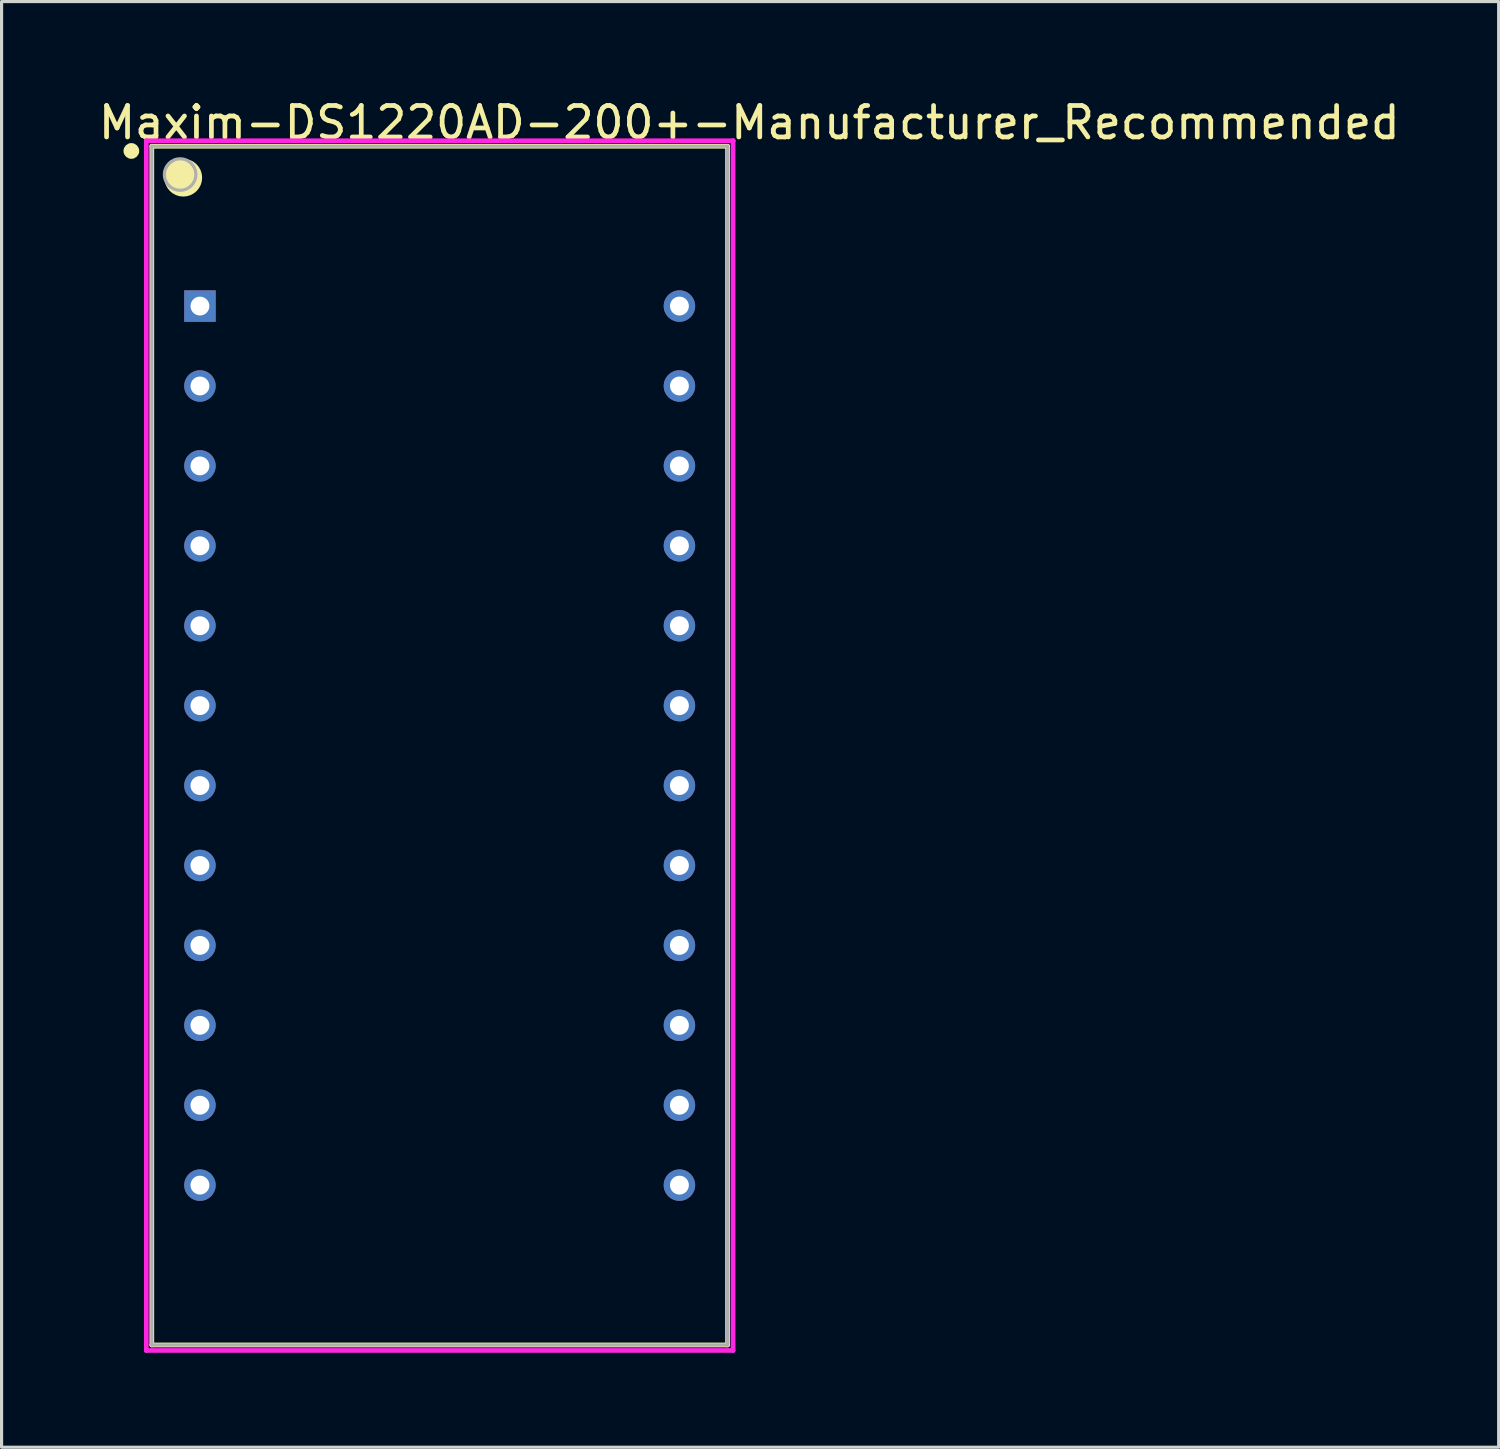
<source format=kicad_pcb>
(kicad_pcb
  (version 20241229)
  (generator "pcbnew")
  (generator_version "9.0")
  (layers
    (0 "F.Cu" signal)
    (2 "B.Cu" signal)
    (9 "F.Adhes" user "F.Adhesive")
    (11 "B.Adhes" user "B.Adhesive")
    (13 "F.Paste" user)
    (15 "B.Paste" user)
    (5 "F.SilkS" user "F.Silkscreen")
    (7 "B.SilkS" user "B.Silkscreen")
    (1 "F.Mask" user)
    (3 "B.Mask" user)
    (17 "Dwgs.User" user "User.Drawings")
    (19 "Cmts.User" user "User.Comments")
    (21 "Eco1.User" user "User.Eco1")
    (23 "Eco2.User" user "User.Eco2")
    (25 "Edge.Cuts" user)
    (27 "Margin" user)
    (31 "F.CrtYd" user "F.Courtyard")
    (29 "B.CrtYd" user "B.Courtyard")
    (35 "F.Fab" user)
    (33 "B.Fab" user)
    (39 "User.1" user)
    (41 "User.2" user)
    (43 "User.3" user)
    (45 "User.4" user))
  (footprint "Maxim-DS1220AD-200+-Manufacturer_Recommended"
    (layer "F.Cu")
    (at 10.925 20.648)
    (property "Reference" "Maxim-DS1220AD-200+-Manufacturer_Recommended" (at -10.925 -19.8 0) (layer "F.SilkS") (effects (font (size 1 1) (thickness 0.15)) (justify left)))
    (attr through_hole)
    (fp_line (start -9.15 -19.05) (end 9.15 -19.05) (stroke (width 0.15) (type solid)) (layer "F.SilkS"))
    (fp_line (start -9.15 19.05) (end -9.15 -19.05) (stroke (width 0.15) (type solid)) (layer "F.SilkS"))
    (fp_line (start -9.15 19.05) (end 9.15 19.05) (stroke (width 0.15) (type solid)) (layer "F.SilkS"))
    (fp_line (start 9.15 19.05) (end 9.15 -19.05) (stroke (width 0.15) (type solid)) (layer "F.SilkS"))
    (fp_circle (center -9.8 -18.9) (end -9.675 -18.9) (stroke (width 0.25) (type solid)) (fill no) (layer "F.SilkS"))
    (fp_circle (center -8.15 -18.05) (end -7.85 -18.05) (stroke (width 0.6) (type solid)) (fill no) (layer "F.SilkS"))
    (fp_line (start -9.325 -19.225) (end -9.325 19.225) (stroke (width 0.15) (type solid)) (layer "F.CrtYd"))
    (fp_line (start -9.325 19.225) (end 9.325 19.225) (stroke (width 0.15) (type solid)) (layer "F.CrtYd"))
    (fp_line (start 9.325 -19.225) (end -9.325 -19.225) (stroke (width 0.15) (type solid)) (layer "F.CrtYd"))
    (fp_line (start 9.325 -19.225) (end 9.325 -19.225) (stroke (width 0.15) (type solid)) (layer "F.CrtYd"))
    (fp_line (start 9.325 19.225) (end 9.325 -19.225) (stroke (width 0.15) (type solid)) (layer "F.CrtYd"))
    (fp_line (start -9.15 -19.05) (end 9.15 -19.05) (stroke (width 0.1) (type solid)) (layer "F.Fab"))
    (fp_line (start -9.15 19.05) (end -9.15 -19.05) (stroke (width 0.1) (type solid)) (layer "F.Fab"))
    (fp_line (start -9.15 19.05) (end 9.15 19.05) (stroke (width 0.1) (type solid)) (layer "F.Fab"))
    (fp_line (start 9.15 19.05) (end 9.15 -19.05) (stroke (width 0.1) (type solid)) (layer "F.Fab"))
    (fp_circle (center -8.25 -18.15) (end -7.75 -18.15) (stroke (width 0.1) (type solid)) (fill no) (layer "F.Fab"))
    (pad "1" thru_hole rect (at -7.62 -13.97) (size 1 1) (drill 0.6) (layers "*.Cu"))
    (pad "2" thru_hole circle (at -7.62 -11.43) (size 1 1) (drill 0.6) (layers "*.Cu"))
    (pad "3" thru_hole circle (at -7.62 -8.89) (size 1 1) (drill 0.6) (layers "*.Cu"))
    (pad "4" thru_hole circle (at -7.62 -6.35) (size 1 1) (drill 0.6) (layers "*.Cu"))
    (pad "5" thru_hole circle (at -7.62 -3.81) (size 1 1) (drill 0.6) (layers "*.Cu"))
    (pad "6" thru_hole circle (at -7.62 -1.27) (size 1 1) (drill 0.6) (layers "*.Cu"))
    (pad "7" thru_hole circle (at -7.62 1.27) (size 1 1) (drill 0.6) (layers "*.Cu"))
    (pad "8" thru_hole circle (at -7.62 3.81) (size 1 1) (drill 0.6) (layers "*.Cu"))
    (pad "9" thru_hole circle (at -7.62 6.35) (size 1 1) (drill 0.6) (layers "*.Cu"))
    (pad "10" thru_hole circle (at -7.62 8.89) (size 1 1) (drill 0.6) (layers "*.Cu"))
    (pad "11" thru_hole circle (at -7.62 11.43) (size 1 1) (drill 0.6) (layers "*.Cu"))
    (pad "12" thru_hole circle (at -7.62 13.97) (size 1 1) (drill 0.6) (layers "*.Cu"))
    (pad "13" thru_hole circle (at 7.62 13.97) (size 1 1) (drill 0.6) (layers "*.Cu"))
    (pad "14" thru_hole circle (at 7.62 11.43) (size 1 1) (drill 0.6) (layers "*.Cu"))
    (pad "15" thru_hole circle (at 7.62 8.89) (size 1 1) (drill 0.6) (layers "*.Cu"))
    (pad "16" thru_hole circle (at 7.62 6.35) (size 1 1) (drill 0.6) (layers "*.Cu"))
    (pad "17" thru_hole circle (at 7.62 3.81) (size 1 1) (drill 0.6) (layers "*.Cu"))
    (pad "18" thru_hole circle (at 7.62 1.27) (size 1 1) (drill 0.6) (layers "*.Cu"))
    (pad "19" thru_hole circle (at 7.62 -1.27) (size 1 1) (drill 0.6) (layers "*.Cu"))
    (pad "20" thru_hole circle (at 7.62 -3.81) (size 1 1) (drill 0.6) (layers "*.Cu"))
    (pad "21" thru_hole circle (at 7.62 -6.35) (size 1 1) (drill 0.6) (layers "*.Cu"))
    (pad "22" thru_hole circle (at 7.62 -8.89) (size 1 1) (drill 0.6) (layers "*.Cu"))
    (pad "23" thru_hole circle (at 7.62 -11.43) (size 1 1) (drill 0.6) (layers "*.Cu"))
    (pad "24" thru_hole circle (at 7.62 -13.97) (size 1 1) (drill 0.6) (layers "*.Cu")))
  (gr_rect
    (start -3 -3)
    (end 44.583 42.948)
    (stroke (width 0.1) (type default))
    (fill no)
    (layer "Edge.Cuts")))
</source>
